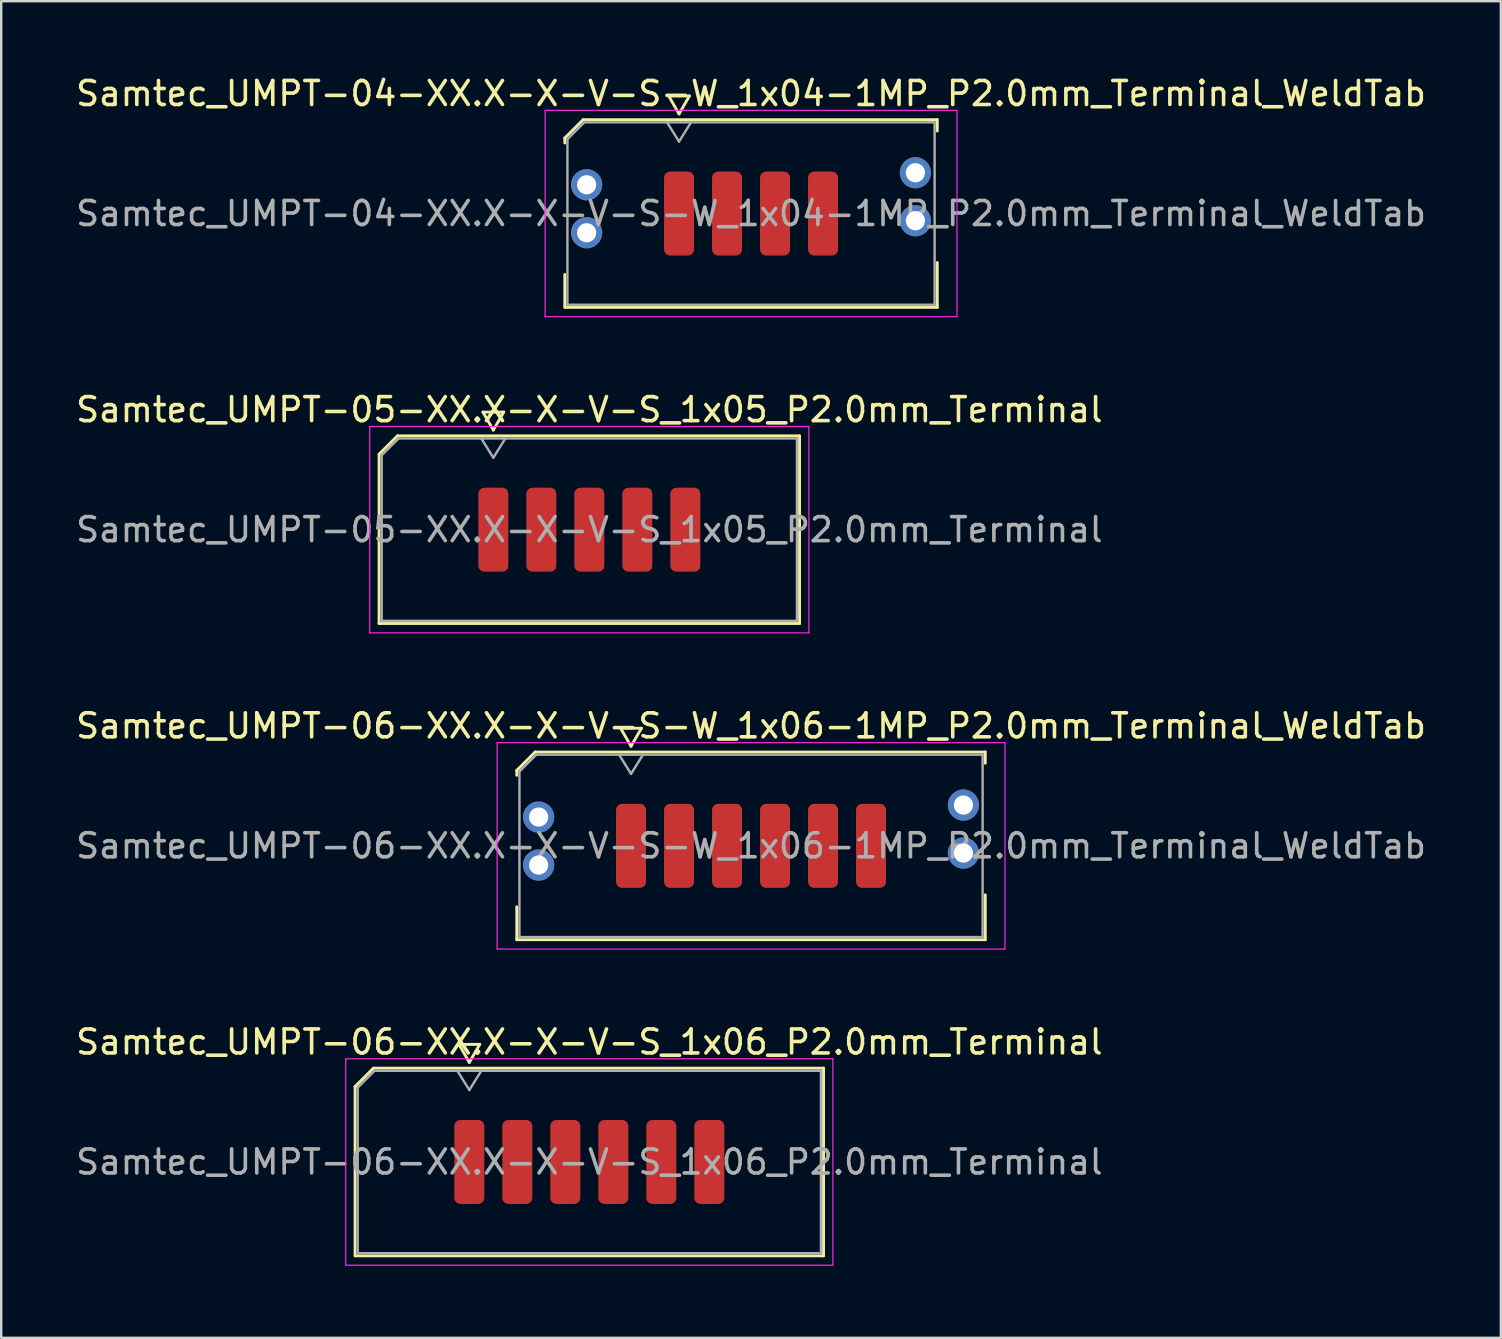
<source format=kicad_pcb>
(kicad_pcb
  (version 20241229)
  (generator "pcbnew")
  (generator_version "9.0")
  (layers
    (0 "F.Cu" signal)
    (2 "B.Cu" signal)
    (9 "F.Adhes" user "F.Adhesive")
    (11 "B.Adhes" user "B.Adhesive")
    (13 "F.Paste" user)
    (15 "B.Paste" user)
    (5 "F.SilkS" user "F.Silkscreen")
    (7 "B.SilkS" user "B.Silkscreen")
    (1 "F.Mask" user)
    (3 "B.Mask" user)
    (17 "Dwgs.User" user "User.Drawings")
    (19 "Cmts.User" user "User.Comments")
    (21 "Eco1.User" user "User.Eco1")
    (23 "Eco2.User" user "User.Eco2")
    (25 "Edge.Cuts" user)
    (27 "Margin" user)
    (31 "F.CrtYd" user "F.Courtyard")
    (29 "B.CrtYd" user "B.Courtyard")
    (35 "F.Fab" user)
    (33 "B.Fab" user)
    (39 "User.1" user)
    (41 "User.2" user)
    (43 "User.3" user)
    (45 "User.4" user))
  (footprint "Samtec_UMPT-06-XX.X-X-V-S_1x06_P2.0mm_Terminal"
    (layer "F.Cu")
    (at 21.506 45.368)
    (property "Reference" "Samtec_UMPT-06-XX.X-X-V-S_1x06_P2.0mm_Terminal" (at 0 -5 0) (layer "F.SilkS") (effects (font (size 1 1) (thickness 0.15))))
    (attr smd)
    (fp_line (start -9.76 -3.146) (end -8.996 -3.91) (stroke (width 0.12) (type solid)) (layer "F.SilkS"))
    (fp_line (start -9.76 3.91) (end -9.76 -3.146) (stroke (width 0.12) (type solid)) (layer "F.SilkS"))
    (fp_line (start -8.996 -3.91) (end 9.76 -3.91) (stroke (width 0.12) (type solid)) (layer "F.SilkS"))
    (fp_line (start -5.433 -4.9) (end -5 -4.15) (stroke (width 0.12) (type solid)) (layer "F.SilkS"))
    (fp_line (start -5 -4.15) (end -4.567 -4.9) (stroke (width 0.12) (type solid)) (layer "F.SilkS"))
    (fp_line (start -4.567 -4.9) (end -5.433 -4.9) (stroke (width 0.12) (type solid)) (layer "F.SilkS"))
    (fp_line (start 9.76 -3.91) (end 9.76 3.91) (stroke (width 0.12) (type solid)) (layer "F.SilkS"))
    (fp_line (start 9.76 3.91) (end -9.76 3.91) (stroke (width 0.12) (type solid)) (layer "F.SilkS"))
    (fp_line (start -10.15 -4.3) (end -10.15 4.3) (stroke (width 0.05) (type solid)) (layer "F.CrtYd"))
    (fp_line (start -10.15 4.3) (end 10.15 4.3) (stroke (width 0.05) (type solid)) (layer "F.CrtYd"))
    (fp_line (start 10.15 -4.3) (end -10.15 -4.3) (stroke (width 0.05) (type solid)) (layer "F.CrtYd"))
    (fp_line (start 10.15 4.3) (end 10.15 -4.3) (stroke (width 0.05) (type solid)) (layer "F.CrtYd"))
    (fp_line (start -9.65 -3.1) (end -8.95 -3.8) (stroke (width 0.1) (type solid)) (layer "F.Fab"))
    (fp_line (start -9.65 3.8) (end -9.65 -3.1) (stroke (width 0.1) (type solid)) (layer "F.Fab"))
    (fp_line (start -8.95 -3.8) (end 9.65 -3.8) (stroke (width 0.1) (type solid)) (layer "F.Fab"))
    (fp_line (start -5.5 -3.8) (end -5 -3) (stroke (width 0.1) (type solid)) (layer "F.Fab"))
    (fp_line (start -5 -3) (end -4.5 -3.8) (stroke (width 0.1) (type solid)) (layer "F.Fab"))
    (fp_line (start 9.65 -3.8) (end 9.65 3.8) (stroke (width 0.1) (type solid)) (layer "F.Fab"))
    (fp_line (start 9.65 3.8) (end -9.65 3.8) (stroke (width 0.1) (type solid)) (layer "F.Fab"))
    (fp_text user "${REFERENCE}" (at 0 0 0) (layer "F.Fab") (effects (font (size 1 1) (thickness 0.15))))
    (pad "1" smd roundrect (at -5 0) (size 1.25 3.5) (layers "F.Cu" "F.Mask" "F.Paste") (roundrect_rratio 0.2))
    (pad "2" smd roundrect (at -3 0) (size 1.25 3.5) (layers "F.Cu" "F.Mask" "F.Paste") (roundrect_rratio 0.2))
    (pad "3" smd roundrect (at -1 0) (size 1.25 3.5) (layers "F.Cu" "F.Mask" "F.Paste") (roundrect_rratio 0.2))
    (pad "4" smd roundrect (at 1 0) (size 1.25 3.5) (layers "F.Cu" "F.Mask" "F.Paste") (roundrect_rratio 0.2))
    (pad "5" smd roundrect (at 3 0) (size 1.25 3.5) (layers "F.Cu" "F.Mask" "F.Paste") (roundrect_rratio 0.2))
    (pad "6" smd roundrect (at 5 0) (size 1.25 3.5) (layers "F.Cu" "F.Mask" "F.Paste") (roundrect_rratio 0.2)))
  (footprint "Samtec_UMPT-04-XX.X-X-V-S-W_1x04-1MP_P2.0mm_Terminal_WeldTab"
    (layer "F.Cu")
    (at 28.244 5.848)
    (property "Reference" "Samtec_UMPT-04-XX.X-X-V-S-W_1x04-1MP_P2.0mm_Terminal_WeldTab" (at 0 -5 0) (layer "F.SilkS") (effects (font (size 1 1) (thickness 0.15))))
    (attr smd)
    (fp_line (start -7.76 -3.146) (end -6.996 -3.91) (stroke (width 0.12) (type solid)) (layer "F.SilkS"))
    (fp_line (start -7.76 -2.94) (end -7.76 -3.146) (stroke (width 0.12) (type solid)) (layer "F.SilkS"))
    (fp_line (start -7.76 3.91) (end -7.76 2.54) (stroke (width 0.12) (type solid)) (layer "F.SilkS"))
    (fp_line (start -6.996 -3.91) (end 7.76 -3.91) (stroke (width 0.12) (type solid)) (layer "F.SilkS"))
    (fp_line (start -3.433 -4.9) (end -3 -4.15) (stroke (width 0.12) (type solid)) (layer "F.SilkS"))
    (fp_line (start -3 -4.15) (end -2.567 -4.9) (stroke (width 0.12) (type solid)) (layer "F.SilkS"))
    (fp_line (start -2.567 -4.9) (end -3.433 -4.9) (stroke (width 0.12) (type solid)) (layer "F.SilkS"))
    (fp_line (start 7.76 -3.91) (end 7.76 -3.44) (stroke (width 0.12) (type solid)) (layer "F.SilkS"))
    (fp_line (start 7.76 2.04) (end 7.76 3.91) (stroke (width 0.12) (type solid)) (layer "F.SilkS"))
    (fp_line (start 7.76 3.91) (end -7.76 3.91) (stroke (width 0.12) (type solid)) (layer "F.SilkS"))
    (fp_line (start -8.58 -4.3) (end -8.58 4.3) (stroke (width 0.05) (type solid)) (layer "F.CrtYd"))
    (fp_line (start -8.58 4.3) (end 8.58 4.3) (stroke (width 0.05) (type solid)) (layer "F.CrtYd"))
    (fp_line (start 8.58 -4.3) (end -8.58 -4.3) (stroke (width 0.05) (type solid)) (layer "F.CrtYd"))
    (fp_line (start 8.58 4.3) (end 8.58 -4.3) (stroke (width 0.05) (type solid)) (layer "F.CrtYd"))
    (fp_line (start -7.65 -3.1) (end -6.95 -3.8) (stroke (width 0.1) (type solid)) (layer "F.Fab"))
    (fp_line (start -7.65 3.8) (end -7.65 -3.1) (stroke (width 0.1) (type solid)) (layer "F.Fab"))
    (fp_line (start -6.95 -3.8) (end 7.65 -3.8) (stroke (width 0.1) (type solid)) (layer "F.Fab"))
    (fp_line (start -3.5 -3.8) (end -3 -3) (stroke (width 0.1) (type solid)) (layer "F.Fab"))
    (fp_line (start -3 -3) (end -2.5 -3.8) (stroke (width 0.1) (type solid)) (layer "F.Fab"))
    (fp_line (start 7.65 -3.8) (end 7.65 3.8) (stroke (width 0.1) (type solid)) (layer "F.Fab"))
    (fp_line (start 7.65 3.8) (end -7.65 3.8) (stroke (width 0.1) (type solid)) (layer "F.Fab"))
    (fp_text user "${REFERENCE}" (at 0 0 0) (layer "F.Fab") (effects (font (size 1 1) (thickness 0.15))))
    (pad "" smd rect (at -6.85 -1.54) (size 2.45 2.28) (layers "F.Paste"))
    (pad "" smd rect (at -6.85 1.14) (size 2.45 2.28) (layers "F.Paste"))
    (pad "" smd rect (at 6.85 -2.04) (size 2.45 2.28) (layers "F.Paste"))
    (pad "" smd rect (at 6.85 0.64) (size 2.45 2.28) (layers "F.Paste"))
    (pad "1" smd roundrect (at -3 0) (size 1.25 3.5) (layers "F.Cu" "F.Mask" "F.Paste") (roundrect_rratio 0.2))
    (pad "2" smd roundrect (at -1 0) (size 1.25 3.5) (layers "F.Cu" "F.Mask" "F.Paste") (roundrect_rratio 0.2))
    (pad "3" smd roundrect (at 1 0) (size 1.25 3.5) (layers "F.Cu" "F.Mask" "F.Paste") (roundrect_rratio 0.2))
    (pad "4" smd roundrect (at 3 0) (size 1.25 3.5) (layers "F.Cu" "F.Mask" "F.Paste") (roundrect_rratio 0.2))
    (pad "MP" thru_hole circle (at -6.85 -1.2) (size 1.3 1.3) (drill 0.8) (layers "*.Cu" "*.Mask"))
    (pad "MP" thru_hole circle (at -6.85 0.8) (size 1.3 1.3) (drill 0.8) (layers "*.Cu" "*.Mask"))
    (pad "MP" thru_hole circle (at 6.85 -1.7) (size 1.3 1.3) (drill 0.8) (layers "*.Cu" "*.Mask"))
    (pad "MP" thru_hole circle (at 6.85 0.3) (size 1.3 1.3) (drill 0.8) (layers "*.Cu" "*.Mask")))
  (footprint "Samtec_UMPT-06-XX.X-X-V-S-W_1x06-1MP_P2.0mm_Terminal_WeldTab"
    (layer "F.Cu")
    (at 28.244 32.195)
    (property "Reference" "Samtec_UMPT-06-XX.X-X-V-S-W_1x06-1MP_P2.0mm_Terminal_WeldTab" (at 0 -5 0) (layer "F.SilkS") (effects (font (size 1 1) (thickness 0.15))))
    (attr smd)
    (fp_line (start -9.76 -3.146) (end -8.996 -3.91) (stroke (width 0.12) (type solid)) (layer "F.SilkS"))
    (fp_line (start -9.76 -2.94) (end -9.76 -3.146) (stroke (width 0.12) (type solid)) (layer "F.SilkS"))
    (fp_line (start -9.76 3.91) (end -9.76 2.54) (stroke (width 0.12) (type solid)) (layer "F.SilkS"))
    (fp_line (start -8.996 -3.91) (end 9.76 -3.91) (stroke (width 0.12) (type solid)) (layer "F.SilkS"))
    (fp_line (start -5.433 -4.9) (end -5 -4.15) (stroke (width 0.12) (type solid)) (layer "F.SilkS"))
    (fp_line (start -5 -4.15) (end -4.567 -4.9) (stroke (width 0.12) (type solid)) (layer "F.SilkS"))
    (fp_line (start -4.567 -4.9) (end -5.433 -4.9) (stroke (width 0.12) (type solid)) (layer "F.SilkS"))
    (fp_line (start 9.76 -3.91) (end 9.76 -3.44) (stroke (width 0.12) (type solid)) (layer "F.SilkS"))
    (fp_line (start 9.76 2.04) (end 9.76 3.91) (stroke (width 0.12) (type solid)) (layer "F.SilkS"))
    (fp_line (start 9.76 3.91) (end -9.76 3.91) (stroke (width 0.12) (type solid)) (layer "F.SilkS"))
    (fp_line (start -10.58 -4.3) (end -10.58 4.3) (stroke (width 0.05) (type solid)) (layer "F.CrtYd"))
    (fp_line (start -10.58 4.3) (end 10.58 4.3) (stroke (width 0.05) (type solid)) (layer "F.CrtYd"))
    (fp_line (start 10.58 -4.3) (end -10.58 -4.3) (stroke (width 0.05) (type solid)) (layer "F.CrtYd"))
    (fp_line (start 10.58 4.3) (end 10.58 -4.3) (stroke (width 0.05) (type solid)) (layer "F.CrtYd"))
    (fp_line (start -9.65 -3.1) (end -8.95 -3.8) (stroke (width 0.1) (type solid)) (layer "F.Fab"))
    (fp_line (start -9.65 3.8) (end -9.65 -3.1) (stroke (width 0.1) (type solid)) (layer "F.Fab"))
    (fp_line (start -8.95 -3.8) (end 9.65 -3.8) (stroke (width 0.1) (type solid)) (layer "F.Fab"))
    (fp_line (start -5.5 -3.8) (end -5 -3) (stroke (width 0.1) (type solid)) (layer "F.Fab"))
    (fp_line (start -5 -3) (end -4.5 -3.8) (stroke (width 0.1) (type solid)) (layer "F.Fab"))
    (fp_line (start 9.65 -3.8) (end 9.65 3.8) (stroke (width 0.1) (type solid)) (layer "F.Fab"))
    (fp_line (start 9.65 3.8) (end -9.65 3.8) (stroke (width 0.1) (type solid)) (layer "F.Fab"))
    (fp_text user "${REFERENCE}" (at 0 0 0) (layer "F.Fab") (effects (font (size 1 1) (thickness 0.15))))
    (pad "" smd rect (at -8.85 -1.54) (size 2.45 2.28) (layers "F.Paste"))
    (pad "" smd rect (at -8.85 1.14) (size 2.45 2.28) (layers "F.Paste"))
    (pad "" smd rect (at 8.85 -2.04) (size 2.45 2.28) (layers "F.Paste"))
    (pad "" smd rect (at 8.85 0.64) (size 2.45 2.28) (layers "F.Paste"))
    (pad "1" smd roundrect (at -5 0) (size 1.25 3.5) (layers "F.Cu" "F.Mask" "F.Paste") (roundrect_rratio 0.2))
    (pad "2" smd roundrect (at -3 0) (size 1.25 3.5) (layers "F.Cu" "F.Mask" "F.Paste") (roundrect_rratio 0.2))
    (pad "3" smd roundrect (at -1 0) (size 1.25 3.5) (layers "F.Cu" "F.Mask" "F.Paste") (roundrect_rratio 0.2))
    (pad "4" smd roundrect (at 1 0) (size 1.25 3.5) (layers "F.Cu" "F.Mask" "F.Paste") (roundrect_rratio 0.2))
    (pad "5" smd roundrect (at 3 0) (size 1.25 3.5) (layers "F.Cu" "F.Mask" "F.Paste") (roundrect_rratio 0.2))
    (pad "6" smd roundrect (at 5 0) (size 1.25 3.5) (layers "F.Cu" "F.Mask" "F.Paste") (roundrect_rratio 0.2))
    (pad "MP" thru_hole circle (at -8.85 -1.2) (size 1.3 1.3) (drill 0.8) (layers "*.Cu" "*.Mask"))
    (pad "MP" thru_hole circle (at -8.85 0.8) (size 1.3 1.3) (drill 0.8) (layers "*.Cu" "*.Mask"))
    (pad "MP" thru_hole circle (at 8.85 -1.7) (size 1.3 1.3) (drill 0.8) (layers "*.Cu" "*.Mask"))
    (pad "MP" thru_hole circle (at 8.85 0.3) (size 1.3 1.3) (drill 0.8) (layers "*.Cu" "*.Mask")))
  (footprint "Samtec_UMPT-05-XX.X-X-V-S_1x05_P2.0mm_Terminal"
    (layer "F.Cu")
    (at 21.506 19.021)
    (property "Reference" "Samtec_UMPT-05-XX.X-X-V-S_1x05_P2.0mm_Terminal" (at 0 -5 0) (layer "F.SilkS") (effects (font (size 1 1) (thickness 0.15))))
    (attr smd)
    (fp_line (start -8.76 -3.146) (end -7.996 -3.91) (stroke (width 0.12) (type solid)) (layer "F.SilkS"))
    (fp_line (start -8.76 3.91) (end -8.76 -3.146) (stroke (width 0.12) (type solid)) (layer "F.SilkS"))
    (fp_line (start -7.996 -3.91) (end 8.76 -3.91) (stroke (width 0.12) (type solid)) (layer "F.SilkS"))
    (fp_line (start -4.433 -4.9) (end -4 -4.15) (stroke (width 0.12) (type solid)) (layer "F.SilkS"))
    (fp_line (start -4 -4.15) (end -3.567 -4.9) (stroke (width 0.12) (type solid)) (layer "F.SilkS"))
    (fp_line (start -3.567 -4.9) (end -4.433 -4.9) (stroke (width 0.12) (type solid)) (layer "F.SilkS"))
    (fp_line (start 8.76 -3.91) (end 8.76 3.91) (stroke (width 0.12) (type solid)) (layer "F.SilkS"))
    (fp_line (start 8.76 3.91) (end -8.76 3.91) (stroke (width 0.12) (type solid)) (layer "F.SilkS"))
    (fp_line (start -9.15 -4.3) (end -9.15 4.3) (stroke (width 0.05) (type solid)) (layer "F.CrtYd"))
    (fp_line (start -9.15 4.3) (end 9.15 4.3) (stroke (width 0.05) (type solid)) (layer "F.CrtYd"))
    (fp_line (start 9.15 -4.3) (end -9.15 -4.3) (stroke (width 0.05) (type solid)) (layer "F.CrtYd"))
    (fp_line (start 9.15 4.3) (end 9.15 -4.3) (stroke (width 0.05) (type solid)) (layer "F.CrtYd"))
    (fp_line (start -8.65 -3.1) (end -7.95 -3.8) (stroke (width 0.1) (type solid)) (layer "F.Fab"))
    (fp_line (start -8.65 3.8) (end -8.65 -3.1) (stroke (width 0.1) (type solid)) (layer "F.Fab"))
    (fp_line (start -7.95 -3.8) (end 8.65 -3.8) (stroke (width 0.1) (type solid)) (layer "F.Fab"))
    (fp_line (start -4.5 -3.8) (end -4 -3) (stroke (width 0.1) (type solid)) (layer "F.Fab"))
    (fp_line (start -4 -3) (end -3.5 -3.8) (stroke (width 0.1) (type solid)) (layer "F.Fab"))
    (fp_line (start 8.65 -3.8) (end 8.65 3.8) (stroke (width 0.1) (type solid)) (layer "F.Fab"))
    (fp_line (start 8.65 3.8) (end -8.65 3.8) (stroke (width 0.1) (type solid)) (layer "F.Fab"))
    (fp_text user "${REFERENCE}" (at 0 0 0) (layer "F.Fab") (effects (font (size 1 1) (thickness 0.15))))
    (pad "1" smd roundrect (at -4 0) (size 1.25 3.5) (layers "F.Cu" "F.Mask" "F.Paste") (roundrect_rratio 0.2))
    (pad "2" smd roundrect (at -2 0) (size 1.25 3.5) (layers "F.Cu" "F.Mask" "F.Paste") (roundrect_rratio 0.2))
    (pad "3" smd roundrect (at 0 0) (size 1.25 3.5) (layers "F.Cu" "F.Mask" "F.Paste") (roundrect_rratio 0.2))
    (pad "4" smd roundrect (at 2 0) (size 1.25 3.5) (layers "F.Cu" "F.Mask" "F.Paste") (roundrect_rratio 0.2))
    (pad "5" smd roundrect (at 4 0) (size 1.25 3.5) (layers "F.Cu" "F.Mask" "F.Paste") (roundrect_rratio 0.2)))
  (gr_rect
    (start -3 -3)
    (end 59.488 52.693)
    (stroke (width 0.1) (type default))
    (fill no)
    (layer "Edge.Cuts")))
</source>
